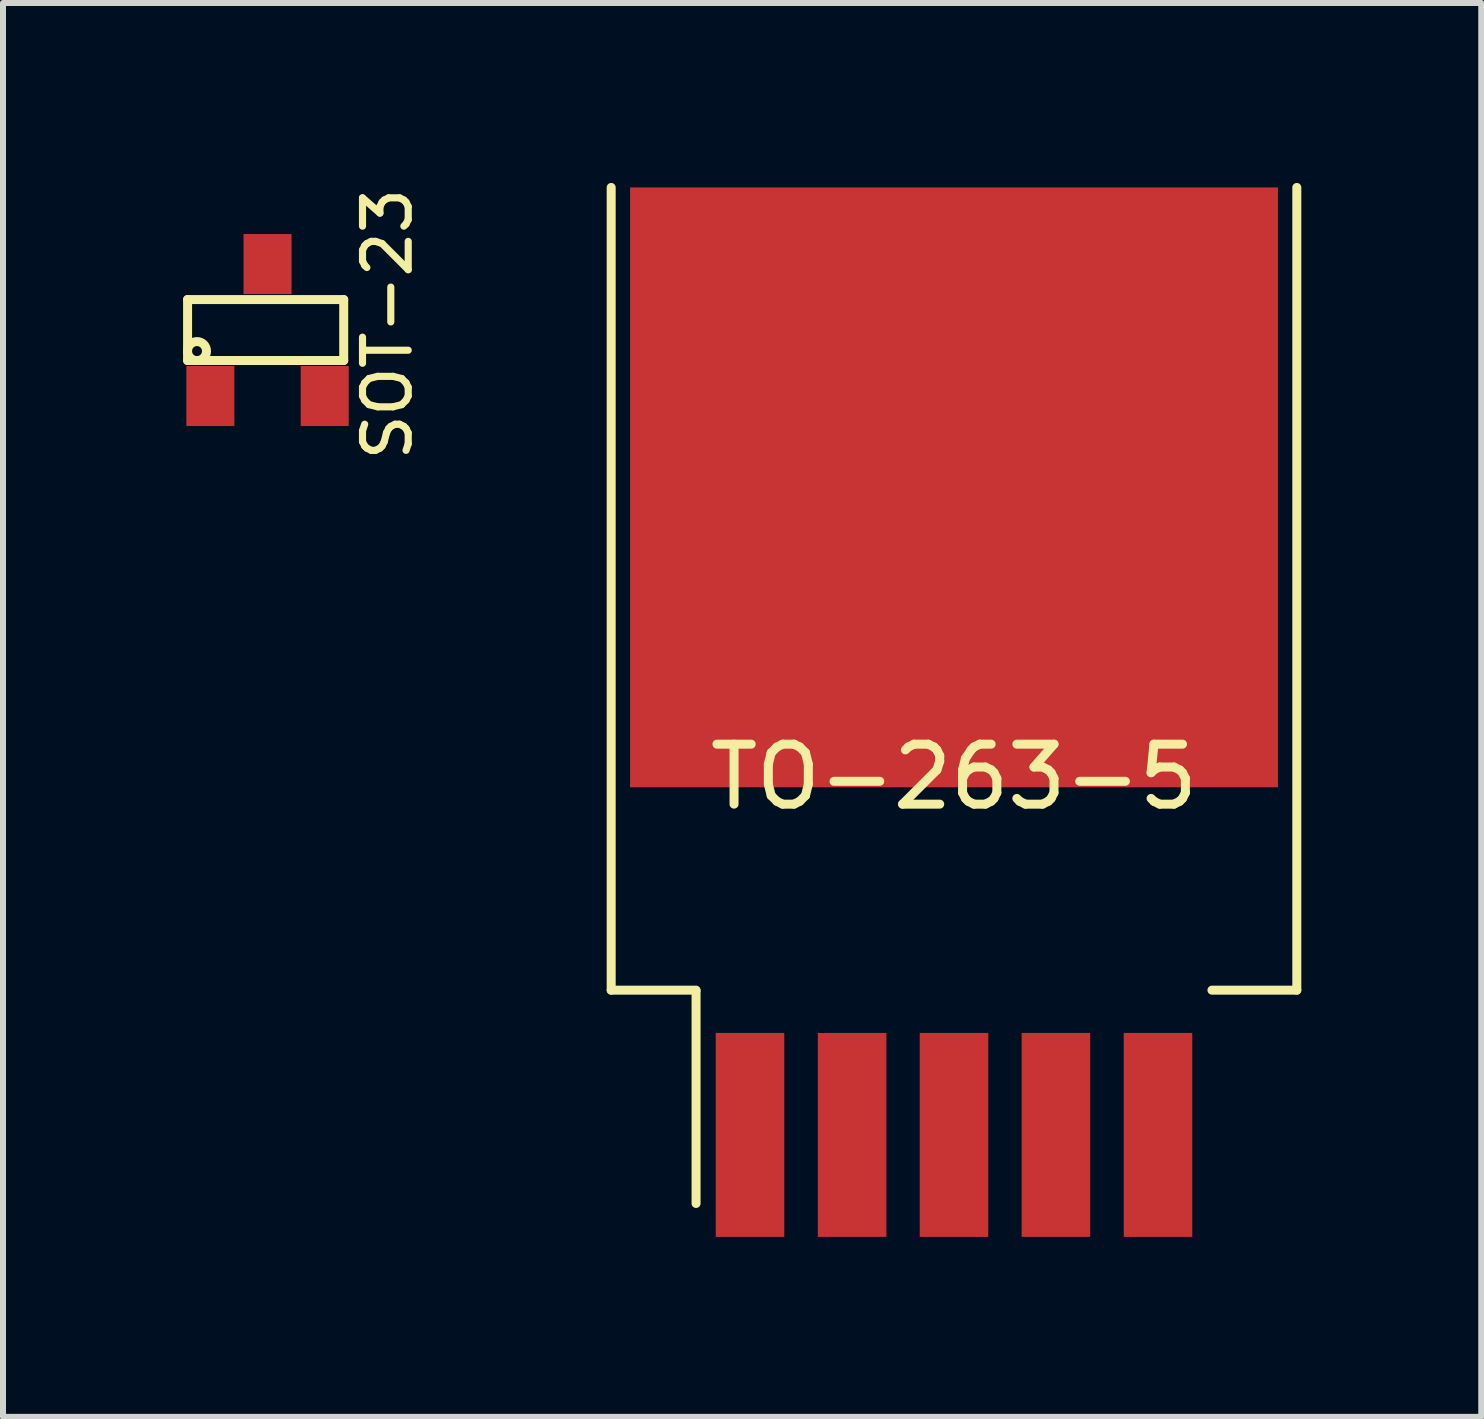
<source format=kicad_pcb>
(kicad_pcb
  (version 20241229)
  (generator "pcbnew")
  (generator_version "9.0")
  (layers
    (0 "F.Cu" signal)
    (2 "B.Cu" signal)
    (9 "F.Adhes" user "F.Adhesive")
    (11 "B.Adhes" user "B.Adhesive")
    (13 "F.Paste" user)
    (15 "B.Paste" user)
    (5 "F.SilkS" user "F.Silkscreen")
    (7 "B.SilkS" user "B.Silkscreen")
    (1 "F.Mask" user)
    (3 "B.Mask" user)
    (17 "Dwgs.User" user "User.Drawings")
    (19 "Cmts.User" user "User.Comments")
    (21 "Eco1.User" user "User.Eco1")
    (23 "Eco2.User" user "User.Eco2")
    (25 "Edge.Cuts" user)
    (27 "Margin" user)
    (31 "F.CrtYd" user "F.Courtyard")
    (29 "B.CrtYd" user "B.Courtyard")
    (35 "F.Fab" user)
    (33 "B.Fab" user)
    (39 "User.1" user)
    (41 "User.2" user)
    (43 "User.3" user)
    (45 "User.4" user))
  (footprint "SOT-23"
    (layer "F.Cu")
    (at 1.41 2.452)
    (property "Reference" "SOT-23" (at 1.999 -0.099 90) (layer "F.SilkS") (effects (font (size 0.762 0.762) (thickness 0.119))))
    (attr through_hole)
    (fp_line (start -1.333 -0.508) (end -1.333 0.508) (stroke (width 0.15) (type solid)) (layer "F.SilkS"))
    (fp_line (start -1.333 -0.508) (end 1.27 -0.508) (stroke (width 0.15) (type solid)) (layer "F.SilkS"))
    (fp_line (start 1.27 -0.508) (end 1.27 0.508) (stroke (width 0.15) (type solid)) (layer "F.SilkS"))
    (fp_line (start 1.27 0.508) (end -1.333 0.508) (stroke (width 0.15) (type solid)) (layer "F.SilkS"))
    (fp_circle (center -1.176 0.351) (end -1.3 0.45) (stroke (width 0.15) (type solid)) (fill no) (layer "F.SilkS"))
    (pad "D" smd rect (at 0 -1.1) (size 0.8 1.001) (layers "F.Cu" "F.Mask" "F.Paste"))
    (pad "G" smd rect (at -0.953 1.1) (size 0.8 1.001) (layers "F.Cu" "F.Mask" "F.Paste"))
    (pad "S" smd rect (at 0.953 1.1) (size 0.8 1.001) (layers "F.Cu" "F.Mask" "F.Paste")))
  (footprint "TO-263-5"
    (placed yes)
    (layer "F.Cu")
    (at 12.854 15.87)
    (property "Reference" "TO-263-5" (at 0 -5.969 0) (layer "F.SilkS") (effects (font (size 1 1) (thickness 0.15))))
    (attr smd)
    (fp_line (start -5.715 -2.413) (end -5.715 -15.795) (stroke (width 0.15) (type solid)) (layer "F.SilkS"))
    (fp_line (start -5.715 -2.413) (end -4.3 -2.413) (stroke (width 0.15) (type solid)) (layer "F.SilkS"))
    (fp_line (start -4.3 -2.4) (end -4.3 1.143) (stroke (width 0.15) (type solid)) (layer "F.SilkS"))
    (fp_line (start 4.3 -2.413) (end 5.715 -2.413) (stroke (width 0.15) (type solid)) (layer "F.SilkS"))
    (fp_line (start 5.715 -15.795) (end 5.715 -2.413) (stroke (width 0.15) (type solid)) (layer "F.SilkS"))
    (pad "1" smd rect (at -3.401 0) (size 1.143 3.4) (layers "F.Cu" "F.Mask" "F.Paste"))
    (pad "2" smd rect (at -1.699 0) (size 1.143 3.4) (layers "F.Cu" "F.Mask" "F.Paste"))
    (pad "3" smd rect (at 0 -10.795) (size 10.8 10) (layers "F.Cu" "F.Mask" "F.Paste"))
    (pad "3" smd rect (at 0 0) (size 1.143 3.4) (layers "F.Cu" "F.Mask" "F.Paste"))
    (pad "4" smd rect (at 1.699 0) (size 1.143 3.4) (layers "F.Cu" "F.Mask" "F.Paste"))
    (pad "5" smd rect (at 3.401 0) (size 1.143 3.4) (layers "F.Cu" "F.Mask" "F.Paste")))
  (gr_rect
    (start -3 -3)
    (end 21.644 20.57)
    (stroke (width 0.1) (type default))
    (fill no)
    (layer "Edge.Cuts")))
</source>
